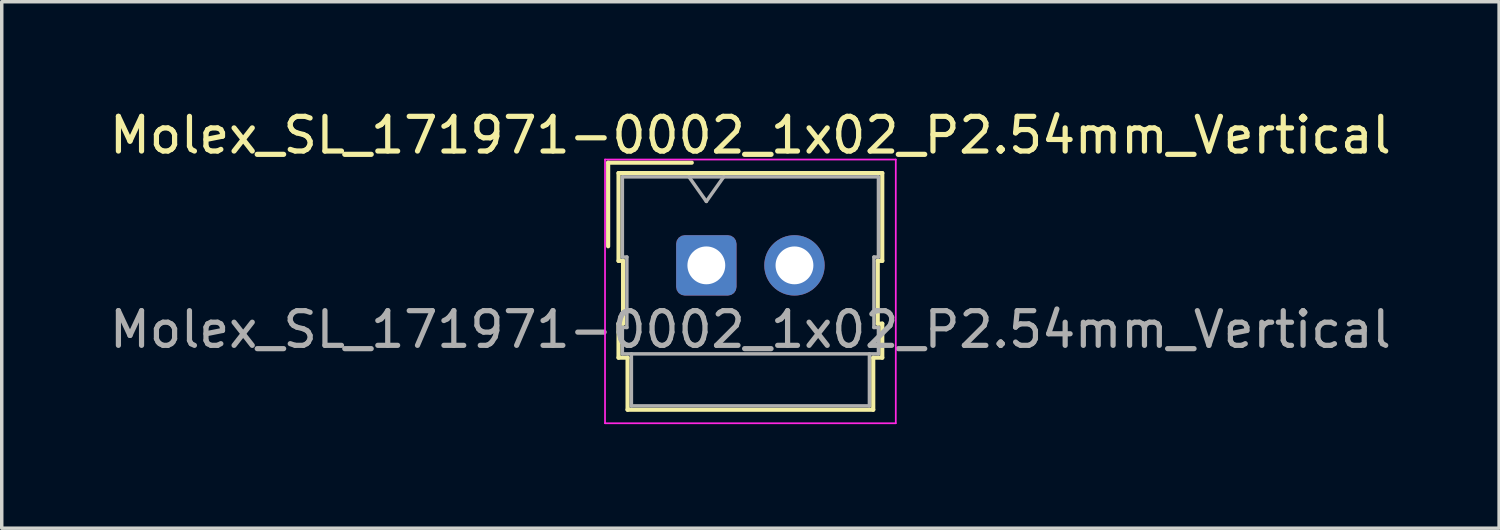
<source format=kicad_pcb>
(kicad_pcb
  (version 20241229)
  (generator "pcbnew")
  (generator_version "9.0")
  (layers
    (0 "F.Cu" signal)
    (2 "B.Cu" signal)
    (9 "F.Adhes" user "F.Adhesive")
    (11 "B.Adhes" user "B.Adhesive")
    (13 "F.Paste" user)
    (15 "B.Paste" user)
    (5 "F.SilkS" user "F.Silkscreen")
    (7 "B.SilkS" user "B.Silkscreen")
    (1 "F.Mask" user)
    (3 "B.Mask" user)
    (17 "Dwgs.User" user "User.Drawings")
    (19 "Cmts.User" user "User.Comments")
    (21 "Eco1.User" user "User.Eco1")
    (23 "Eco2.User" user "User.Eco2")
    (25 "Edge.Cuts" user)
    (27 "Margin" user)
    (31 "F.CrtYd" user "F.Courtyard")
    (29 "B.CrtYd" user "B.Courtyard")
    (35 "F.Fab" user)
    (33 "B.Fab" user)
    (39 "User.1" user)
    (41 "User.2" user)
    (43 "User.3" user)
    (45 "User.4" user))
  (footprint "Molex_SL_171971-0002_1x02_P2.54mm_Vertical"
    (layer "F.Cu")
    (at 17.307 4.598)
    (property "Reference" "Molex_SL_171971-0002_1x02_P2.54mm_Vertical" (at 1.27 -3.75 0) (layer "F.SilkS") (effects (font (size 1 1) (thickness 0.15))))
    (attr through_hole)
    (fp_line (start -2.83 -2.96) (end -0.42 -2.96) (stroke (width 0.12) (type solid)) (layer "F.SilkS"))
    (fp_line (start -2.83 -0.55) (end -2.83 -2.96) (stroke (width 0.12) (type solid)) (layer "F.SilkS"))
    (fp_line (start -2.53 -2.66) (end -2.53 -0.13) (stroke (width 0.12) (type solid)) (layer "F.SilkS"))
    (fp_line (start -2.53 -0.13) (end -2.4 -0.13) (stroke (width 0.12) (type solid)) (layer "F.SilkS"))
    (fp_line (start -2.53 1.68) (end -2.53 2.66) (stroke (width 0.12) (type solid)) (layer "F.SilkS"))
    (fp_line (start -2.53 2.66) (end -2.27 2.66) (stroke (width 0.12) (type solid)) (layer "F.SilkS"))
    (fp_line (start -2.4 -0.13) (end -2.4 1.68) (stroke (width 0.12) (type solid)) (layer "F.SilkS"))
    (fp_line (start -2.4 1.68) (end -2.53 1.68) (stroke (width 0.12) (type solid)) (layer "F.SilkS"))
    (fp_line (start -2.27 2.66) (end -2.27 4.16) (stroke (width 0.12) (type solid)) (layer "F.SilkS"))
    (fp_line (start -2.27 4.16) (end 4.81 4.16) (stroke (width 0.12) (type solid)) (layer "F.SilkS"))
    (fp_line (start 4.81 2.66) (end 5.07 2.66) (stroke (width 0.12) (type solid)) (layer "F.SilkS"))
    (fp_line (start 4.81 4.16) (end 4.81 2.66) (stroke (width 0.12) (type solid)) (layer "F.SilkS"))
    (fp_line (start 4.94 -0.13) (end 5.07 -0.13) (stroke (width 0.12) (type solid)) (layer "F.SilkS"))
    (fp_line (start 4.94 1.68) (end 4.94 -0.13) (stroke (width 0.12) (type solid)) (layer "F.SilkS"))
    (fp_line (start 5.07 -2.66) (end -2.53 -2.66) (stroke (width 0.12) (type solid)) (layer "F.SilkS"))
    (fp_line (start 5.07 -0.13) (end 5.07 -2.66) (stroke (width 0.12) (type solid)) (layer "F.SilkS"))
    (fp_line (start 5.07 1.68) (end 4.94 1.68) (stroke (width 0.12) (type solid)) (layer "F.SilkS"))
    (fp_line (start 5.07 2.66) (end 5.07 1.68) (stroke (width 0.12) (type solid)) (layer "F.SilkS"))
    (fp_line (start -2.92 -3.05) (end -2.92 4.55) (stroke (width 0.05) (type solid)) (layer "F.CrtYd"))
    (fp_line (start -2.92 4.55) (end 5.46 4.55) (stroke (width 0.05) (type solid)) (layer "F.CrtYd"))
    (fp_line (start 5.46 -3.05) (end -2.92 -3.05) (stroke (width 0.05) (type solid)) (layer "F.CrtYd"))
    (fp_line (start 5.46 4.55) (end 5.46 -3.05) (stroke (width 0.05) (type solid)) (layer "F.CrtYd"))
    (fp_line (start -2.42 -2.55) (end -2.42 -0.24) (stroke (width 0.1) (type solid)) (layer "F.Fab"))
    (fp_line (start -2.42 -0.24) (end -2.29 -0.24) (stroke (width 0.1) (type solid)) (layer "F.Fab"))
    (fp_line (start -2.42 1.79) (end -2.42 2.55) (stroke (width 0.1) (type solid)) (layer "F.Fab"))
    (fp_line (start -2.42 2.55) (end 4.96 2.55) (stroke (width 0.1) (type solid)) (layer "F.Fab"))
    (fp_line (start -2.29 -0.24) (end -2.29 1.79) (stroke (width 0.1) (type solid)) (layer "F.Fab"))
    (fp_line (start -2.29 1.79) (end -2.42 1.79) (stroke (width 0.1) (type solid)) (layer "F.Fab"))
    (fp_line (start -2.16 2.55) (end -2.16 4.05) (stroke (width 0.1) (type solid)) (layer "F.Fab"))
    (fp_line (start -2.16 4.05) (end 4.7 4.05) (stroke (width 0.1) (type solid)) (layer "F.Fab"))
    (fp_line (start 0 -1.843) (end -0.5 -2.55) (stroke (width 0.1) (type solid)) (layer "F.Fab"))
    (fp_line (start 0.5 -2.55) (end 0 -1.843) (stroke (width 0.1) (type solid)) (layer "F.Fab"))
    (fp_line (start 4.7 4.05) (end 4.7 2.55) (stroke (width 0.1) (type solid)) (layer "F.Fab"))
    (fp_line (start 4.83 -0.24) (end 4.96 -0.24) (stroke (width 0.1) (type solid)) (layer "F.Fab"))
    (fp_line (start 4.83 1.79) (end 4.83 -0.24) (stroke (width 0.1) (type solid)) (layer "F.Fab"))
    (fp_line (start 4.96 -2.55) (end -2.42 -2.55) (stroke (width 0.1) (type solid)) (layer "F.Fab"))
    (fp_line (start 4.96 -0.24) (end 4.96 -2.55) (stroke (width 0.1) (type solid)) (layer "F.Fab"))
    (fp_line (start 4.96 1.79) (end 4.83 1.79) (stroke (width 0.1) (type solid)) (layer "F.Fab"))
    (fp_line (start 4.96 2.55) (end 4.96 1.79) (stroke (width 0.1) (type solid)) (layer "F.Fab"))
    (fp_text user "${REFERENCE}" (at 1.27 1.85 0) (layer "F.Fab") (effects (font (size 1 1) (thickness 0.15))))
    (pad "1" thru_hole roundrect (at 0 0) (size 1.74 1.74) (drill 1.09) (layers "*.Cu" "*.Mask") (roundrect_rratio 0.144))
    (pad "2" thru_hole circle (at 2.54 0) (size 1.74 1.74) (drill 1.09) (layers "*.Cu" "*.Mask")))
  (gr_rect
    (start -3 -3)
    (end 40.155 12.173)
    (stroke (width 0.1) (type default))
    (fill no)
    (layer "Edge.Cuts")))
</source>
